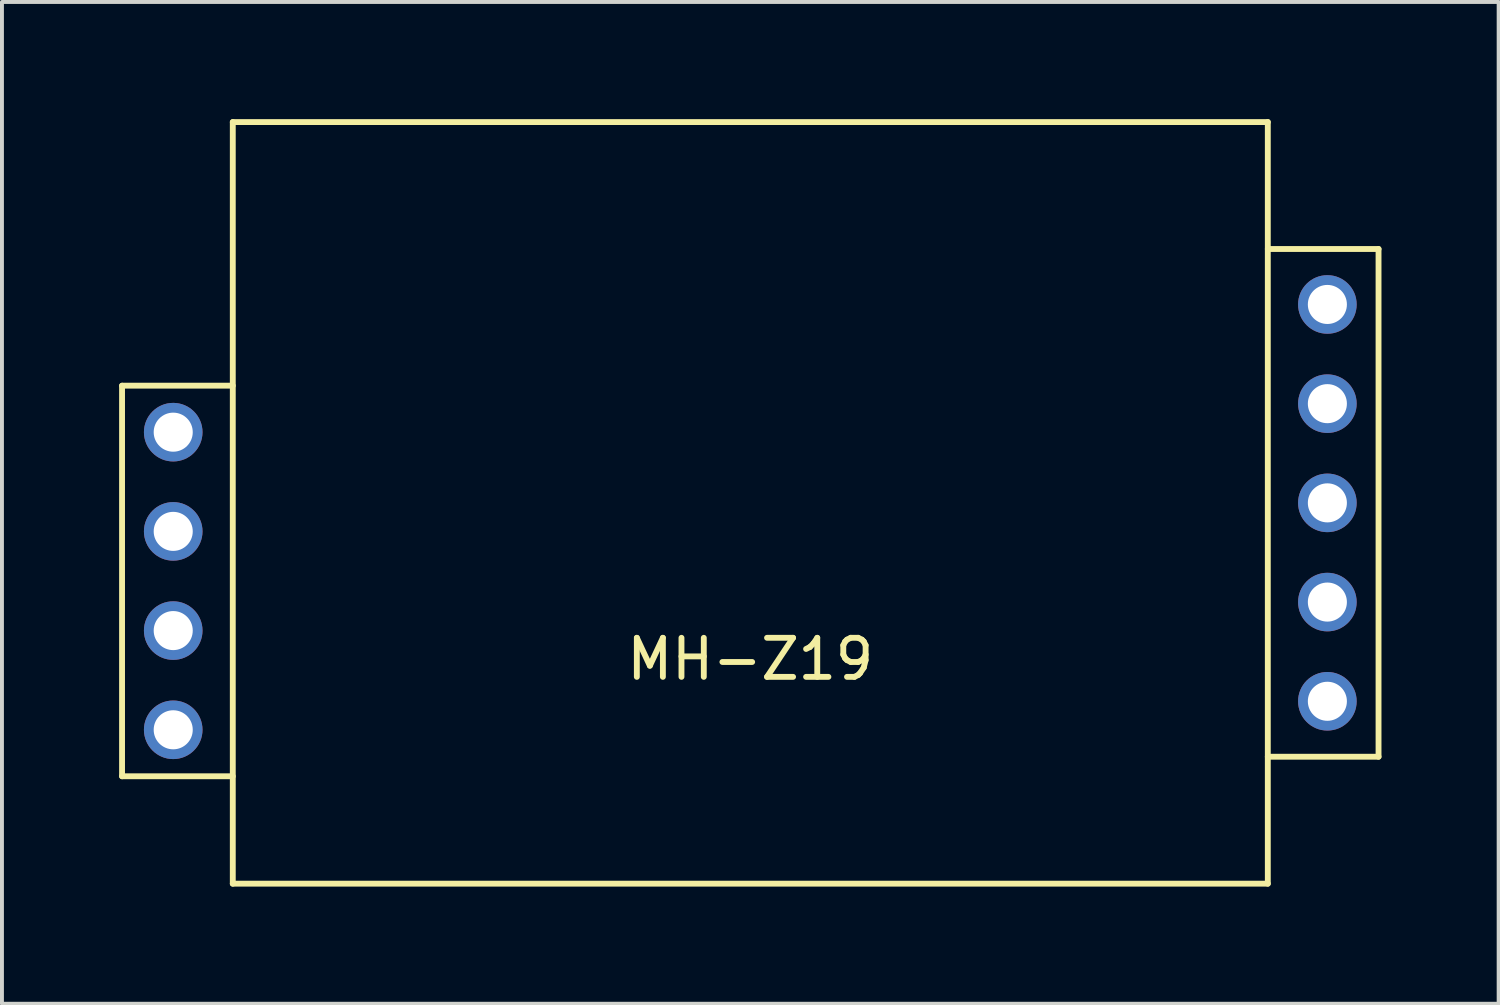
<source format=kicad_pcb>
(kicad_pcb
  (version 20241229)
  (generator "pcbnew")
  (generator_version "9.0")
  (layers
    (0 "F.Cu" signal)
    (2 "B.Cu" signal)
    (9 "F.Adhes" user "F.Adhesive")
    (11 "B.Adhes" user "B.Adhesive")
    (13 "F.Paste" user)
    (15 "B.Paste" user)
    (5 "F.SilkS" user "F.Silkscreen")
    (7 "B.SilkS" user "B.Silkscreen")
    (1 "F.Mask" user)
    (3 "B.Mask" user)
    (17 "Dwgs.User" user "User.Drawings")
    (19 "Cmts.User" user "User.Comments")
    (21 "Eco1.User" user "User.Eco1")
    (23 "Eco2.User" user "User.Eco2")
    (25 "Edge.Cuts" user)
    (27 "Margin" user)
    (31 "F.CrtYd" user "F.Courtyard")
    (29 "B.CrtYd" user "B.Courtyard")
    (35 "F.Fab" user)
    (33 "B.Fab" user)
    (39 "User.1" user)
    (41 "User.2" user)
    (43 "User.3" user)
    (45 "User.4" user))
  (footprint "MH-Z19"
    (layer "F.Cu")
    (at 16.16 9.825)
    (property "Reference" "MH-Z19" (at 0 4 0) (layer "F.SilkS") (effects (font (size 1 1) (thickness 0.15))))
    (attr through_hole)
    (fp_line (start -16.085 -3) (end -16.085 7) (stroke (width 0.15) (type solid)) (layer "F.SilkS"))
    (fp_line (start -16.085 -3) (end -13.25 -3) (stroke (width 0.15) (type solid)) (layer "F.SilkS"))
    (fp_line (start -16.085 7) (end -13.25 7) (stroke (width 0.15) (type solid)) (layer "F.SilkS"))
    (fp_line (start -13.25 -9.75) (end -13.25 9.75) (stroke (width 0.15) (type solid)) (layer "F.SilkS"))
    (fp_line (start -13.25 9.75) (end 13.25 9.75) (stroke (width 0.15) (type solid)) (layer "F.SilkS"))
    (fp_line (start 13.25 -9.75) (end -13.25 -9.75) (stroke (width 0.15) (type solid)) (layer "F.SilkS"))
    (fp_line (start 13.25 9.75) (end 13.25 -9.75) (stroke (width 0.15) (type solid)) (layer "F.SilkS"))
    (fp_line (start 16.085 -6.5) (end 13.25 -6.5) (stroke (width 0.15) (type solid)) (layer "F.SilkS"))
    (fp_line (start 16.085 -6.5) (end 16.085 6.5) (stroke (width 0.15) (type solid)) (layer "F.SilkS"))
    (fp_line (start 16.085 6.5) (end 13.25 6.5) (stroke (width 0.15) (type solid)) (layer "F.SilkS"))
    (pad "1" thru_hole circle (at 14.775 5.08) (size 1.5 1.5) (drill 1) (layers "*.Cu" "*.Mask"))
    (pad "2" thru_hole circle (at 14.775 2.54) (size 1.5 1.5) (drill 1) (layers "*.Cu" "*.Mask"))
    (pad "3" thru_hole circle (at 14.775 0) (size 1.5 1.5) (drill 1) (layers "*.Cu" "*.Mask"))
    (pad "4" thru_hole circle (at 14.775 -2.54) (size 1.5 1.5) (drill 1) (layers "*.Cu" "*.Mask"))
    (pad "5" thru_hole circle (at 14.775 -5.08) (size 1.5 1.5) (drill 1) (layers "*.Cu" "*.Mask"))
    (pad "6" thru_hole circle (at -14.775 5.81) (size 1.5 1.5) (drill 1) (layers "*.Cu" "*.Mask"))
    (pad "7" thru_hole circle (at -14.775 3.27) (size 1.5 1.5) (drill 1) (layers "*.Cu" "*.Mask"))
    (pad "8" thru_hole circle (at -14.775 0.73) (size 1.5 1.5) (drill 1) (layers "*.Cu" "*.Mask"))
    (pad "9" thru_hole circle (at -14.775 -1.81) (size 1.5 1.5) (drill 1) (layers "*.Cu" "*.Mask")))
  (gr_rect
    (start -3 -3)
    (end 35.32 22.65)
    (stroke (width 0.1) (type default))
    (fill no)
    (layer "Edge.Cuts")))
</source>
